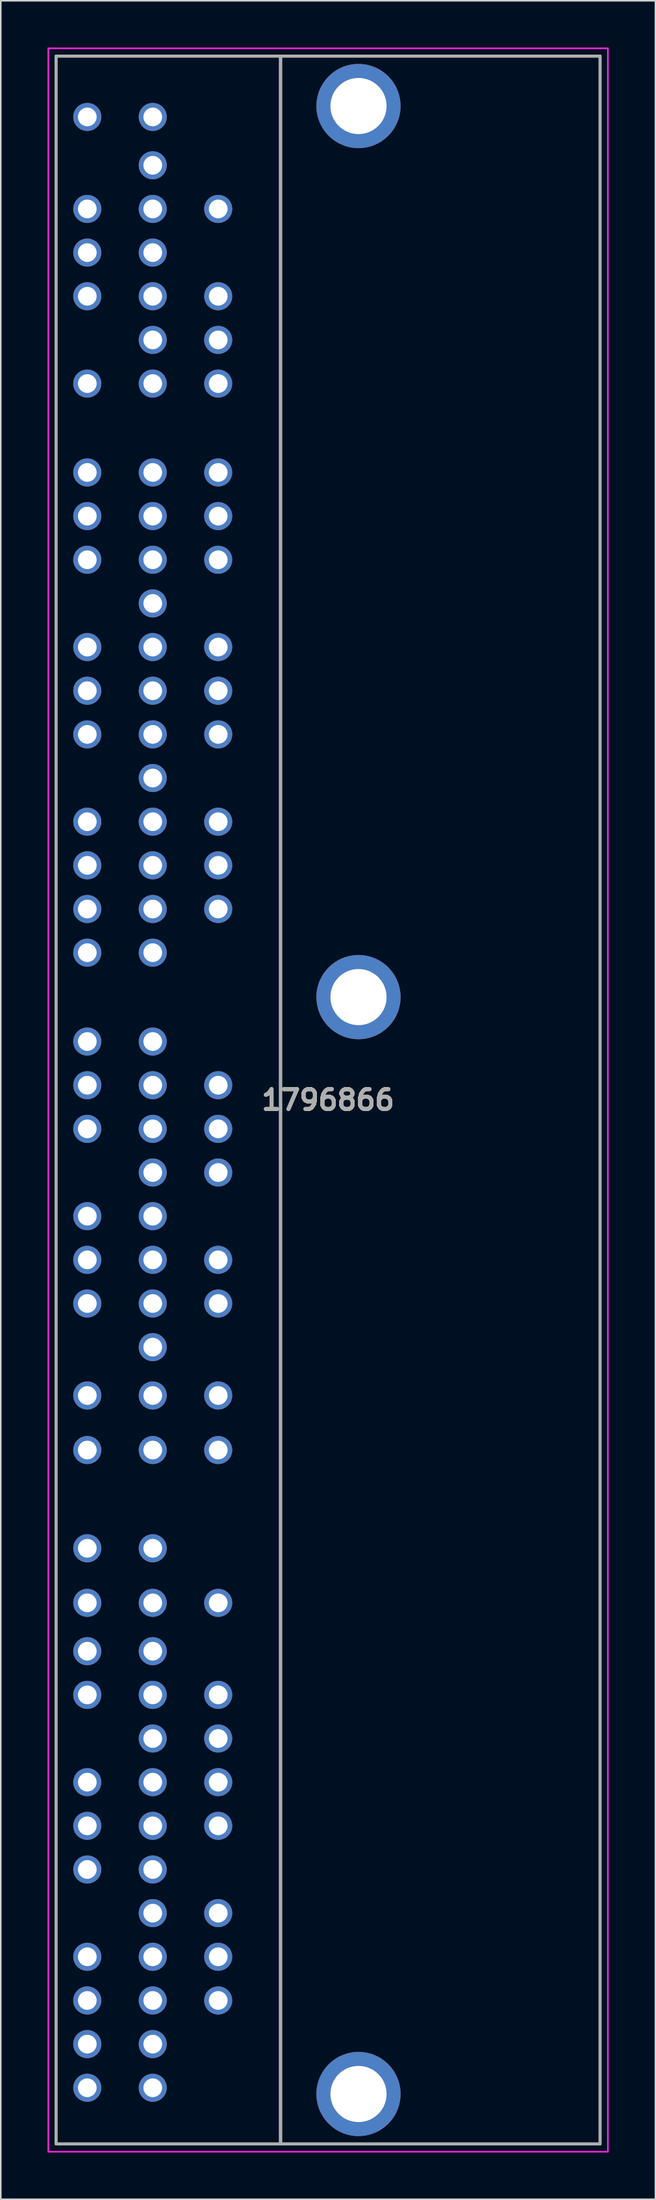
<source format=kicad_pcb>
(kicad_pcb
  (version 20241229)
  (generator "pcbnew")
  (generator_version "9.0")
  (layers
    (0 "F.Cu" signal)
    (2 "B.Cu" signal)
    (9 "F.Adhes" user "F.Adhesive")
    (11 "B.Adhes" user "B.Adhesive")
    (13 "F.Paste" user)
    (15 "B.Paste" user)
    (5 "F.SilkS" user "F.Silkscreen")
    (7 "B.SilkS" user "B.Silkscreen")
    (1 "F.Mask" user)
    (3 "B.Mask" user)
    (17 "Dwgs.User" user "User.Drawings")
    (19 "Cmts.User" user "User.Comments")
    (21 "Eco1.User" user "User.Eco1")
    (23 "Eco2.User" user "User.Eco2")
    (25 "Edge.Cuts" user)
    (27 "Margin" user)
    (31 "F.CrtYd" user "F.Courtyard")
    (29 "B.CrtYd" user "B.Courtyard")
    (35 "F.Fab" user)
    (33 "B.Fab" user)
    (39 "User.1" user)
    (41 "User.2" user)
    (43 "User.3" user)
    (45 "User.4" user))
  (footprint "1796866"
    (layer "F.Cu")
    (at 2.55 130.85)
    (property "Reference" "1796866" (at 15.45 -63.35 0) (layer "F.SilkS") (effects (font (size 1.27 1.27) (thickness 0.254))))
    (attr through_hole)
    (fp_line (start -2 -130.3) (end 32.9 -130.3) (stroke (width 0.1) (type solid)) (layer "F.SilkS"))
    (fp_line (start -2 3.6) (end -2 -130.3) (stroke (width 0.1) (type solid)) (layer "F.SilkS"))
    (fp_line (start 32.9 -130.3) (end 32.9 3.6) (stroke (width 0.1) (type solid)) (layer "F.SilkS"))
    (fp_line (start 32.9 3.6) (end -2 3.6) (stroke (width 0.1) (type solid)) (layer "F.SilkS"))
    (fp_line (start -2.5 -130.8) (end 33.4 -130.8) (stroke (width 0.1) (type solid)) (layer "F.CrtYd"))
    (fp_line (start -2.5 4.1) (end -2.5 -130.8) (stroke (width 0.1) (type solid)) (layer "F.CrtYd"))
    (fp_line (start 33.4 -130.8) (end 33.4 4.1) (stroke (width 0.1) (type solid)) (layer "F.CrtYd"))
    (fp_line (start 33.4 4.1) (end -2.5 4.1) (stroke (width 0.1) (type solid)) (layer "F.CrtYd"))
    (fp_line (start -2 -130.3) (end 12.4 -130.3) (stroke (width 0.2) (type solid)) (layer "F.Fab"))
    (fp_line (start -2 3.6) (end -2 -130.3) (stroke (width 0.2) (type solid)) (layer "F.Fab"))
    (fp_line (start 12.4 -130.3) (end 12.4 3.6) (stroke (width 0.2) (type solid)) (layer "F.Fab"))
    (fp_line (start 12.4 -130.3) (end 32.9 -130.3) (stroke (width 0.2) (type solid)) (layer "F.Fab"))
    (fp_line (start 12.4 3.6) (end -2 3.6) (stroke (width 0.2) (type solid)) (layer "F.Fab"))
    (fp_line (start 12.4 3.6) (end 12.4 -130.3) (stroke (width 0.2) (type solid)) (layer "F.Fab"))
    (fp_line (start 32.9 -130.3) (end 32.9 3.6) (stroke (width 0.2) (type solid)) (layer "F.Fab"))
    (fp_line (start 32.9 3.6) (end 12.4 3.6) (stroke (width 0.2) (type solid)) (layer "F.Fab"))
    (fp_text user "${REFERENCE}" (at 15.45 -63.35 0) (layer "F.Fab") (effects (font (size 1.27 1.27) (thickness 0.254))))
    (pad "1" thru_hole circle (at 0 0) (size 1.8 1.8) (drill 1.2) (layers "*.Cu" "*.Mask"))
    (pad "2" thru_hole circle (at 0 -2.8) (size 1.8 1.8) (drill 1.2) (layers "*.Cu" "*.Mask"))
    (pad "3" thru_hole circle (at 0 -5.6) (size 1.8 1.8) (drill 1.2) (layers "*.Cu" "*.Mask"))
    (pad "4" thru_hole circle (at 0 -8.4) (size 1.8 1.8) (drill 1.2) (layers "*.Cu" "*.Mask"))
    (pad "5" thru_hole circle (at 0 -14) (size 1.8 1.8) (drill 1.2) (layers "*.Cu" "*.Mask"))
    (pad "6" thru_hole circle (at 0 -16.8) (size 1.8 1.8) (drill 1.2) (layers "*.Cu" "*.Mask"))
    (pad "7" thru_hole circle (at 0 -19.6) (size 1.8 1.8) (drill 1.2) (layers "*.Cu" "*.Mask"))
    (pad "8" thru_hole circle (at 0 -25.2) (size 1.8 1.8) (drill 1.2) (layers "*.Cu" "*.Mask"))
    (pad "9" thru_hole circle (at 0 -28) (size 1.8 1.8) (drill 1.2) (layers "*.Cu" "*.Mask"))
    (pad "10" thru_hole circle (at 0 -31.1) (size 1.8 1.8) (drill 1.2) (layers "*.Cu" "*.Mask"))
    (pad "11" thru_hole circle (at 0 -34.6) (size 1.8 1.8) (drill 1.2) (layers "*.Cu" "*.Mask"))
    (pad "12" thru_hole circle (at 0 -40.9) (size 1.8 1.8) (drill 1.2) (layers "*.Cu" "*.Mask"))
    (pad "13" thru_hole circle (at 0 -44.4) (size 1.8 1.8) (drill 1.2) (layers "*.Cu" "*.Mask"))
    (pad "14" thru_hole circle (at 0 -50.3) (size 1.8 1.8) (drill 1.2) (layers "*.Cu" "*.Mask"))
    (pad "15" thru_hole circle (at 0 -53.1) (size 1.8 1.8) (drill 1.2) (layers "*.Cu" "*.Mask"))
    (pad "16" thru_hole circle (at 0 -55.9) (size 1.8 1.8) (drill 1.2) (layers "*.Cu" "*.Mask"))
    (pad "17" thru_hole circle (at 0 -61.5) (size 1.8 1.8) (drill 1.2) (layers "*.Cu" "*.Mask"))
    (pad "18" thru_hole circle (at 0 -64.3) (size 1.8 1.8) (drill 1.2) (layers "*.Cu" "*.Mask"))
    (pad "19" thru_hole circle (at 0 -67.1) (size 1.8 1.8) (drill 1.2) (layers "*.Cu" "*.Mask"))
    (pad "20" thru_hole circle (at 0 -72.8) (size 1.8 1.8) (drill 1.2) (layers "*.Cu" "*.Mask"))
    (pad "21" thru_hole circle (at 0 -75.6) (size 1.8 1.8) (drill 1.2) (layers "*.Cu" "*.Mask"))
    (pad "22" thru_hole circle (at 0 -78.4) (size 1.8 1.8) (drill 1.2) (layers "*.Cu" "*.Mask"))
    (pad "23" thru_hole circle (at 0 -81.2) (size 1.8 1.8) (drill 1.2) (layers "*.Cu" "*.Mask"))
    (pad "24" thru_hole circle (at 0 -86.8) (size 1.8 1.8) (drill 1.2) (layers "*.Cu" "*.Mask"))
    (pad "25" thru_hole circle (at 0 -89.6) (size 1.8 1.8) (drill 1.2) (layers "*.Cu" "*.Mask"))
    (pad "26" thru_hole circle (at 0 -92.4) (size 1.8 1.8) (drill 1.2) (layers "*.Cu" "*.Mask"))
    (pad "27" thru_hole circle (at 0 -98) (size 1.8 1.8) (drill 1.2) (layers "*.Cu" "*.Mask"))
    (pad "28" thru_hole circle (at 0 -100.8) (size 1.8 1.8) (drill 1.2) (layers "*.Cu" "*.Mask"))
    (pad "29" thru_hole circle (at 0 -103.6) (size 1.8 1.8) (drill 1.2) (layers "*.Cu" "*.Mask"))
    (pad "30" thru_hole circle (at 0 -109.3) (size 1.8 1.8) (drill 1.2) (layers "*.Cu" "*.Mask"))
    (pad "31" thru_hole circle (at 0 -114.9) (size 1.8 1.8) (drill 1.2) (layers "*.Cu" "*.Mask"))
    (pad "32" thru_hole circle (at 0 -117.7) (size 1.8 1.8) (drill 1.2) (layers "*.Cu" "*.Mask"))
    (pad "33" thru_hole circle (at 0 -120.5) (size 1.8 1.8) (drill 1.2) (layers "*.Cu" "*.Mask"))
    (pad "34" thru_hole circle (at 0 -126.4) (size 1.8 1.8) (drill 1.2) (layers "*.Cu" "*.Mask"))
    (pad "35" thru_hole circle (at 4.2 0) (size 1.8 1.8) (drill 1.2) (layers "*.Cu" "*.Mask"))
    (pad "36" thru_hole circle (at 4.2 -2.8) (size 1.8 1.8) (drill 1.2) (layers "*.Cu" "*.Mask"))
    (pad "37" thru_hole circle (at 4.2 -5.6) (size 1.8 1.8) (drill 1.2) (layers "*.Cu" "*.Mask"))
    (pad "38" thru_hole circle (at 4.2 -8.4) (size 1.8 1.8) (drill 1.2) (layers "*.Cu" "*.Mask"))
    (pad "39" thru_hole circle (at 4.2 -11.2) (size 1.8 1.8) (drill 1.2) (layers "*.Cu" "*.Mask"))
    (pad "40" thru_hole circle (at 4.2 -14) (size 1.8 1.8) (drill 1.2) (layers "*.Cu" "*.Mask"))
    (pad "41" thru_hole circle (at 4.2 -16.8) (size 1.8 1.8) (drill 1.2) (layers "*.Cu" "*.Mask"))
    (pad "42" thru_hole circle (at 4.2 -19.6) (size 1.8 1.8) (drill 1.2) (layers "*.Cu" "*.Mask"))
    (pad "43" thru_hole circle (at 4.2 -22.4) (size 1.8 1.8) (drill 1.2) (layers "*.Cu" "*.Mask"))
    (pad "44" thru_hole circle (at 4.2 -25.2) (size 1.8 1.8) (drill 1.2) (layers "*.Cu" "*.Mask"))
    (pad "45" thru_hole circle (at 4.2 -28) (size 1.8 1.8) (drill 1.2) (layers "*.Cu" "*.Mask"))
    (pad "46" thru_hole circle (at 4.2 -31.1) (size 1.8 1.8) (drill 1.2) (layers "*.Cu" "*.Mask"))
    (pad "47" thru_hole circle (at 4.2 -34.6) (size 1.8 1.8) (drill 1.2) (layers "*.Cu" "*.Mask"))
    (pad "48" thru_hole circle (at 4.2 -40.9) (size 1.8 1.8) (drill 1.2) (layers "*.Cu" "*.Mask"))
    (pad "49" thru_hole circle (at 4.2 -44.4) (size 1.8 1.8) (drill 1.2) (layers "*.Cu" "*.Mask"))
    (pad "50" thru_hole circle (at 4.2 -47.5) (size 1.8 1.8) (drill 1.2) (layers "*.Cu" "*.Mask"))
    (pad "51" thru_hole circle (at 4.2 -50.3) (size 1.8 1.8) (drill 1.2) (layers "*.Cu" "*.Mask"))
    (pad "52" thru_hole circle (at 4.2 -53.1) (size 1.8 1.8) (drill 1.2) (layers "*.Cu" "*.Mask"))
    (pad "53" thru_hole circle (at 4.2 -55.9) (size 1.8 1.8) (drill 1.2) (layers "*.Cu" "*.Mask"))
    (pad "54" thru_hole circle (at 4.2 -58.7) (size 1.8 1.8) (drill 1.2) (layers "*.Cu" "*.Mask"))
    (pad "55" thru_hole circle (at 4.2 -61.5) (size 1.8 1.8) (drill 1.2) (layers "*.Cu" "*.Mask"))
    (pad "56" thru_hole circle (at 4.2 -64.3) (size 1.8 1.8) (drill 1.2) (layers "*.Cu" "*.Mask"))
    (pad "57" thru_hole circle (at 4.2 -67.1) (size 1.8 1.8) (drill 1.2) (layers "*.Cu" "*.Mask"))
    (pad "58" thru_hole circle (at 4.2 -72.8) (size 1.8 1.8) (drill 1.2) (layers "*.Cu" "*.Mask"))
    (pad "59" thru_hole circle (at 4.2 -75.6) (size 1.8 1.8) (drill 1.2) (layers "*.Cu" "*.Mask"))
    (pad "60" thru_hole circle (at 4.2 -78.4) (size 1.8 1.8) (drill 1.2) (layers "*.Cu" "*.Mask"))
    (pad "61" thru_hole circle (at 4.2 -81.2) (size 1.8 1.8) (drill 1.2) (layers "*.Cu" "*.Mask"))
    (pad "62" thru_hole circle (at 4.2 -84) (size 1.8 1.8) (drill 1.2) (layers "*.Cu" "*.Mask"))
    (pad "63" thru_hole circle (at 4.2 -86.8) (size 1.8 1.8) (drill 1.2) (layers "*.Cu" "*.Mask"))
    (pad "64" thru_hole circle (at 4.2 -89.6) (size 1.8 1.8) (drill 1.2) (layers "*.Cu" "*.Mask"))
    (pad "65" thru_hole circle (at 4.2 -92.4) (size 1.8 1.8) (drill 1.2) (layers "*.Cu" "*.Mask"))
    (pad "66" thru_hole circle (at 4.2 -95.2) (size 1.8 1.8) (drill 1.2) (layers "*.Cu" "*.Mask"))
    (pad "67" thru_hole circle (at 4.2 -98) (size 1.8 1.8) (drill 1.2) (layers "*.Cu" "*.Mask"))
    (pad "68" thru_hole circle (at 4.2 -100.8) (size 1.8 1.8) (drill 1.2) (layers "*.Cu" "*.Mask"))
    (pad "69" thru_hole circle (at 4.2 -103.6) (size 1.8 1.8) (drill 1.2) (layers "*.Cu" "*.Mask"))
    (pad "70" thru_hole circle (at 4.2 -109.3) (size 1.8 1.8) (drill 1.2) (layers "*.Cu" "*.Mask"))
    (pad "71" thru_hole circle (at 4.2 -112.1) (size 1.8 1.8) (drill 1.2) (layers "*.Cu" "*.Mask"))
    (pad "72" thru_hole circle (at 4.2 -114.9) (size 1.8 1.8) (drill 1.2) (layers "*.Cu" "*.Mask"))
    (pad "73" thru_hole circle (at 4.2 -117.7) (size 1.8 1.8) (drill 1.2) (layers "*.Cu" "*.Mask"))
    (pad "74" thru_hole circle (at 4.2 -120.5) (size 1.8 1.8) (drill 1.2) (layers "*.Cu" "*.Mask"))
    (pad "75" thru_hole circle (at 4.2 -123.3) (size 1.8 1.8) (drill 1.2) (layers "*.Cu" "*.Mask"))
    (pad "76" thru_hole circle (at 4.2 -126.4) (size 1.8 1.8) (drill 1.2) (layers "*.Cu" "*.Mask"))
    (pad "77" thru_hole circle (at 8.4 -5.6) (size 1.8 1.8) (drill 1.2) (layers "*.Cu" "*.Mask"))
    (pad "78" thru_hole circle (at 8.4 -8.4) (size 1.8 1.8) (drill 1.2) (layers "*.Cu" "*.Mask"))
    (pad "79" thru_hole circle (at 8.4 -11.2) (size 1.8 1.8) (drill 1.2) (layers "*.Cu" "*.Mask"))
    (pad "80" thru_hole circle (at 8.4 -16.8) (size 1.8 1.8) (drill 1.2) (layers "*.Cu" "*.Mask"))
    (pad "81" thru_hole circle (at 8.4 -19.6) (size 1.8 1.8) (drill 1.2) (layers "*.Cu" "*.Mask"))
    (pad "82" thru_hole circle (at 8.4 -22.4) (size 1.8 1.8) (drill 1.2) (layers "*.Cu" "*.Mask"))
    (pad "83" thru_hole circle (at 8.4 -25.2) (size 1.8 1.8) (drill 1.2) (layers "*.Cu" "*.Mask"))
    (pad "84" thru_hole circle (at 8.4 -31.1) (size 1.8 1.8) (drill 1.2) (layers "*.Cu" "*.Mask"))
    (pad "85" thru_hole circle (at 8.4 -40.9) (size 1.8 1.8) (drill 1.2) (layers "*.Cu" "*.Mask"))
    (pad "86" thru_hole circle (at 8.4 -44.4) (size 1.8 1.8) (drill 1.2) (layers "*.Cu" "*.Mask"))
    (pad "87" thru_hole circle (at 8.4 -50.3) (size 1.8 1.8) (drill 1.2) (layers "*.Cu" "*.Mask"))
    (pad "88" thru_hole circle (at 8.4 -53.1) (size 1.8 1.8) (drill 1.2) (layers "*.Cu" "*.Mask"))
    (pad "89" thru_hole circle (at 8.4 -58.7) (size 1.8 1.8) (drill 1.2) (layers "*.Cu" "*.Mask"))
    (pad "90" thru_hole circle (at 8.4 -61.5) (size 1.8 1.8) (drill 1.2) (layers "*.Cu" "*.Mask"))
    (pad "91" thru_hole circle (at 8.4 -64.3) (size 1.8 1.8) (drill 1.2) (layers "*.Cu" "*.Mask"))
    (pad "92" thru_hole circle (at 8.4 -75.6) (size 1.8 1.8) (drill 1.2) (layers "*.Cu" "*.Mask"))
    (pad "93" thru_hole circle (at 8.4 -78.4) (size 1.8 1.8) (drill 1.2) (layers "*.Cu" "*.Mask"))
    (pad "94" thru_hole circle (at 8.4 -81.2) (size 1.8 1.8) (drill 1.2) (layers "*.Cu" "*.Mask"))
    (pad "95" thru_hole circle (at 8.4 -86.8) (size 1.8 1.8) (drill 1.2) (layers "*.Cu" "*.Mask"))
    (pad "96" thru_hole circle (at 8.4 -89.6) (size 1.8 1.8) (drill 1.2) (layers "*.Cu" "*.Mask"))
    (pad "97" thru_hole circle (at 8.4 -92.4) (size 1.8 1.8) (drill 1.2) (layers "*.Cu" "*.Mask"))
    (pad "98" thru_hole circle (at 8.4 -98) (size 1.8 1.8) (drill 1.2) (layers "*.Cu" "*.Mask"))
    (pad "99" thru_hole circle (at 8.4 -100.8) (size 1.8 1.8) (drill 1.2) (layers "*.Cu" "*.Mask"))
    (pad "100" thru_hole circle (at 8.4 -103.6) (size 1.8 1.8) (drill 1.2) (layers "*.Cu" "*.Mask"))
    (pad "101" thru_hole circle (at 8.4 -109.3) (size 1.8 1.8) (drill 1.2) (layers "*.Cu" "*.Mask"))
    (pad "102" thru_hole circle (at 8.4 -112.1) (size 1.8 1.8) (drill 1.2) (layers "*.Cu" "*.Mask"))
    (pad "103" thru_hole circle (at 8.4 -114.9) (size 1.8 1.8) (drill 1.2) (layers "*.Cu" "*.Mask"))
    (pad "104" thru_hole circle (at 8.4 -120.5) (size 1.8 1.8) (drill 1.2) (layers "*.Cu" "*.Mask"))
    (pad "MH1" thru_hole circle (at 17.4 0.4) (size 5.4 5.4) (drill 3.6) (layers "*.Cu" "*.Mask"))
    (pad "MH2" thru_hole circle (at 17.4 -69.95) (size 5.4 5.4) (drill 3.6) (layers "*.Cu" "*.Mask"))
    (pad "MH3" thru_hole circle (at 17.4 -127.1) (size 5.4 5.4) (drill 3.6) (layers "*.Cu" "*.Mask")))
  (gr_rect
    (start -3 -3)
    (end 39 138)
    (stroke (width 0.1) (type default))
    (fill no)
    (layer "Edge.Cuts")))
</source>
